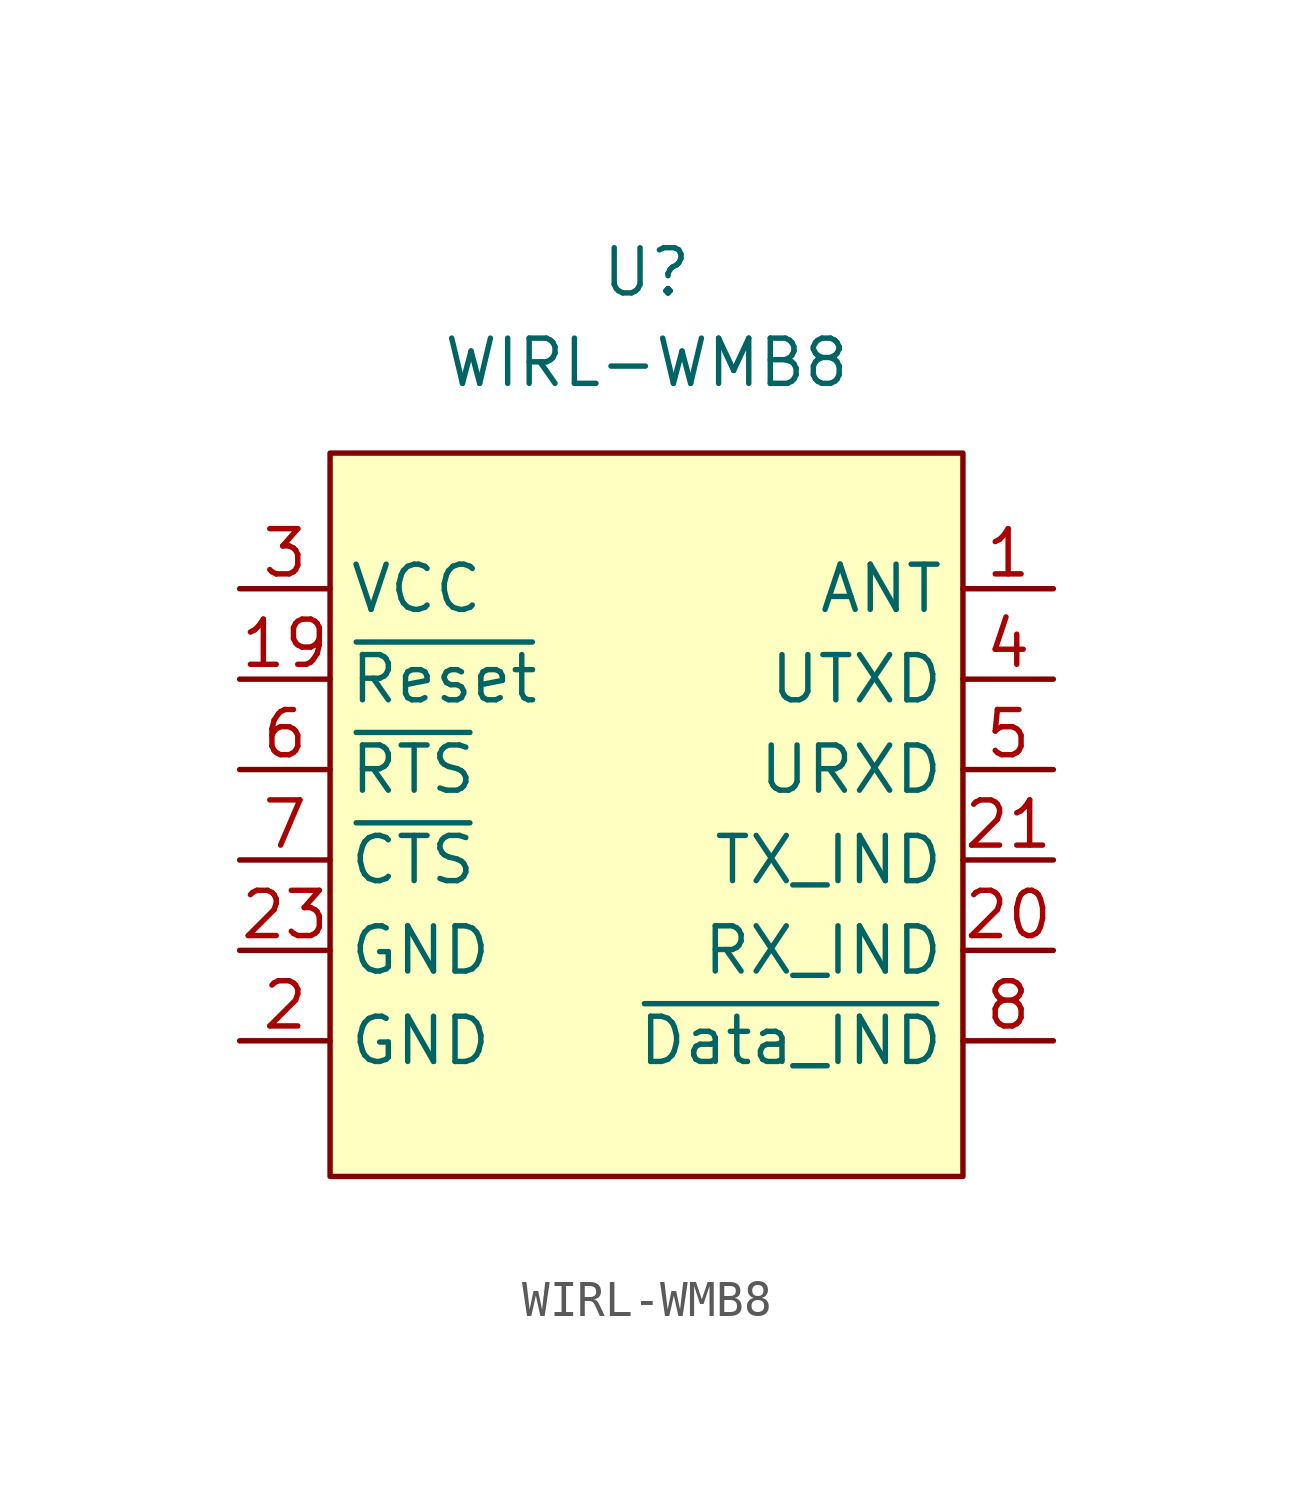
<source format=kicad_sym>
(kicad_symbol_lib
  (version 20211014)
  (generator kicad_symbol_editor)
  (symbol "WIRL-WMB8"
    (property "Reference" "U"
      (at 0 15.24 0)
      (effects (font (size 1.27 1.27))))
    (property "Value" "WIRL-WMB8"
      (at 0 12.7 0)
      (effects (font (size 1.27 1.27))))
    (symbol "WIRL-WMB8_0_1"
      (rectangle (start -8.89 10.16) (end 8.89 -10.16) (stroke (width 0) (type default) (color 0 0 0 0)) (fill (type background))))
    (symbol "WIRL-WMB8_1_1"
      (pin output line (at 11.43 6.35 180) (length 2.54) (name "ANT" (effects (font (size 1.27 1.27)))) (number "1" (effects (font (size 1.27 1.27)))))
      (pin no_connect line (at -11.43 -8.89 0) (length 2.54) hide (name "Reserved" (effects (font (size 1.27 1.27)))) (number "10" (effects (font (size 1.27 1.27)))))
      (pin no_connect line (at -11.43 -8.89 0) (length 2.54) hide (name "Reserved" (effects (font (size 1.27 1.27)))) (number "11" (effects (font (size 1.27 1.27)))))
      (pin no_connect line (at -11.43 -8.89 0) (length 2.54) hide (name "Reserved" (effects (font (size 1.27 1.27)))) (number "12" (effects (font (size 1.27 1.27)))))
      (pin no_connect line (at -11.43 -8.89 0) (length 2.54) hide (name "Reserved" (effects (font (size 1.27 1.27)))) (number "13" (effects (font (size 1.27 1.27)))))
      (pin no_connect line (at -11.43 -8.89 0) (length 2.54) hide (name "Reserved" (effects (font (size 1.27 1.27)))) (number "14" (effects (font (size 1.27 1.27)))))
      (pin no_connect line (at -11.43 -8.89 0) (length 2.54) hide (name "Reserved" (effects (font (size 1.27 1.27)))) (number "15" (effects (font (size 1.27 1.27)))))
      (pin no_connect line (at -11.43 -8.89 0) (length 2.54) hide (name "Reserved" (effects (font (size 1.27 1.27)))) (number "16" (effects (font (size 1.27 1.27)))))
      (pin no_connect line (at -11.43 -8.89 0) (length 2.54) hide (name "Reserved" (effects (font (size 1.27 1.27)))) (number "17" (effects (font (size 1.27 1.27)))))
      (pin no_connect line (at -11.43 -8.89 0) (length 2.54) hide (name "Reserved" (effects (font (size 1.27 1.27)))) (number "18" (effects (font (size 1.27 1.27)))))
      (pin input line (at -11.43 3.81 0) (length 2.54) (name "~{Reset}" (effects (font (size 1.27 1.27)))) (number "19" (effects (font (size 1.27 1.27)))))
      (pin power_in line (at -11.43 -6.35 0) (length 2.54) (name "GND" (effects (font (size 1.27 1.27)))) (number "2" (effects (font (size 1.27 1.27)))))
      (pin output line (at 11.43 -3.81 180) (length 2.54) (name "RX_IND" (effects (font (size 1.27 1.27)))) (number "20" (effects (font (size 1.27 1.27)))))
      (pin output line (at 11.43 -1.27 180) (length 2.54) (name "TX_IND" (effects (font (size 1.27 1.27)))) (number "21" (effects (font (size 1.27 1.27)))))
      (pin no_connect line (at -11.43 -8.89 0) (length 2.54) hide (name "Reserved" (effects (font (size 1.27 1.27)))) (number "22" (effects (font (size 1.27 1.27)))))
      (pin power_in line (at -11.43 -3.81 0) (length 2.54) (name "GND" (effects (font (size 1.27 1.27)))) (number "23" (effects (font (size 1.27 1.27)))))
      (pin power_in line (at -11.43 6.35 0) (length 2.54) (name "VCC" (effects (font (size 1.27 1.27)))) (number "3" (effects (font (size 1.27 1.27)))))
      (pin output line (at 11.43 3.81 180) (length 2.54) (name "UTXD" (effects (font (size 1.27 1.27)))) (number "4" (effects (font (size 1.27 1.27)))))
      (pin input line (at 11.43 1.27 180) (length 2.54) (name "URXD" (effects (font (size 1.27 1.27)))) (number "5" (effects (font (size 1.27 1.27)))))
      (pin output line (at -11.43 1.27 0) (length 2.54) (name "~{RTS}" (effects (font (size 1.27 1.27)))) (number "6" (effects (font (size 1.27 1.27)))))
      (pin input line (at -11.43 -1.27 0) (length 2.54) (name "~{CTS}" (effects (font (size 1.27 1.27)))) (number "7" (effects (font (size 1.27 1.27)))))
      (pin output line (at 11.43 -6.35 180) (length 2.54) (name "~{Data_IND}" (effects (font (size 1.27 1.27)))) (number "8" (effects (font (size 1.27 1.27)))))
      (pin no_connect line (at -11.43 -8.89 0) (length 2.54) hide (name "Reserved" (effects (font (size 1.27 1.27)))) (number "9" (effects (font (size 1.27 1.27))))))))
</source>
